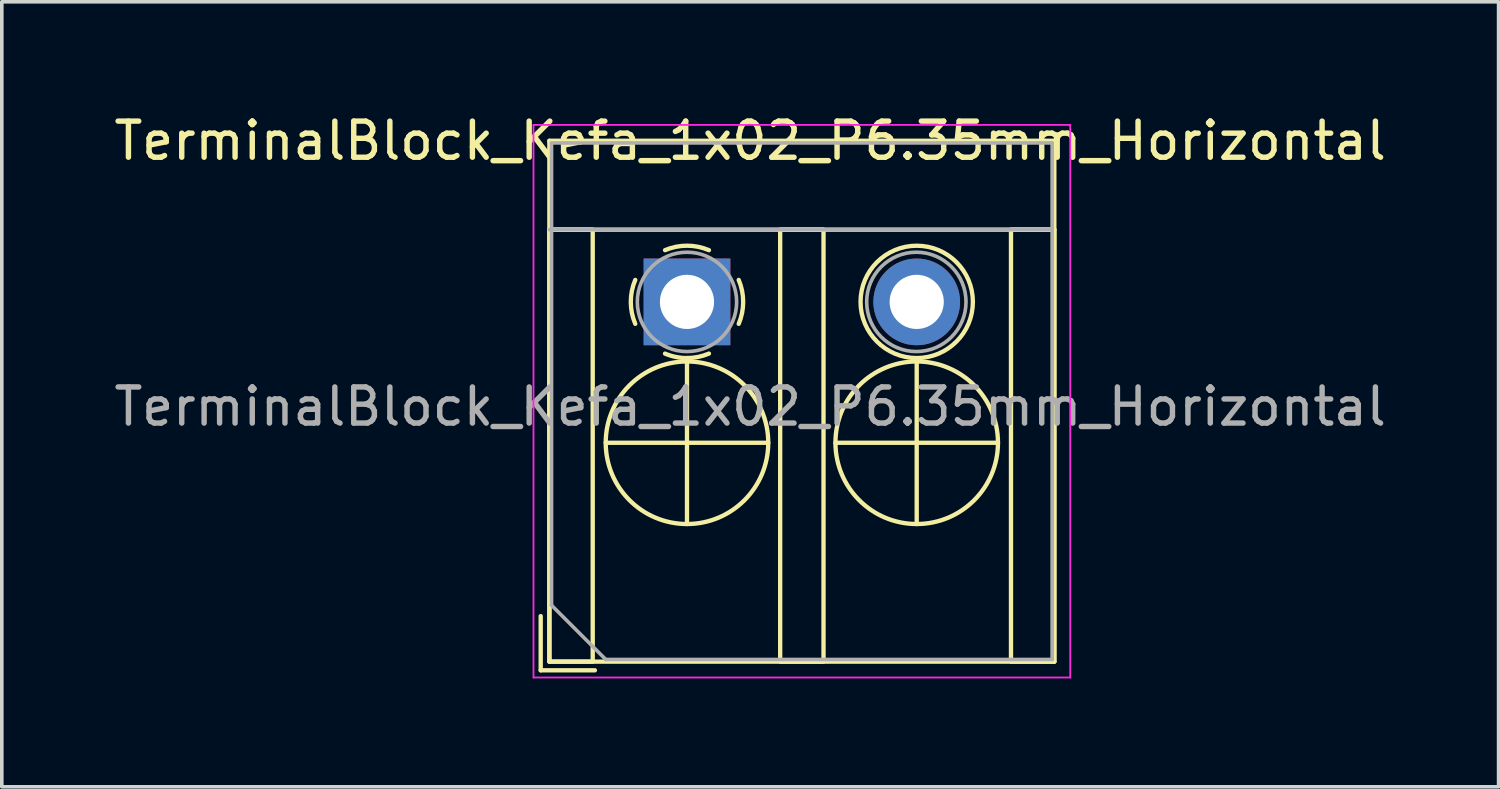
<source format=kicad_pcb>
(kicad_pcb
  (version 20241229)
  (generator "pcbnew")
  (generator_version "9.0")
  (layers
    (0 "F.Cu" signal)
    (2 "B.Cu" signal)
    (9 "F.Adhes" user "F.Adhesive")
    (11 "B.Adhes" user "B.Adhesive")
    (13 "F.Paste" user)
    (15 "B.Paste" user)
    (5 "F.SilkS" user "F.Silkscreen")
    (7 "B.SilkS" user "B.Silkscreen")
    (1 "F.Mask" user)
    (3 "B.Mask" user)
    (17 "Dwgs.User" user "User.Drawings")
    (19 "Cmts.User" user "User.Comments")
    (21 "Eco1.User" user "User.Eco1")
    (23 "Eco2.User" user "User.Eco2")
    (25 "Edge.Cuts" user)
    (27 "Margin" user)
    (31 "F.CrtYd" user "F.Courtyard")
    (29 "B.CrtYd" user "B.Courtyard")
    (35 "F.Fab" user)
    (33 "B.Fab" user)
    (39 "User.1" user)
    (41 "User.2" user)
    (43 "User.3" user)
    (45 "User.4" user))
  (footprint "TerminalBlock_Kefa_1x02_P6.35mm_Horizontal"
    (layer "F.Cu")
    (at 15.97 5.308)
    (property "Reference" "TerminalBlock_Kefa_1x02_P6.35mm_Horizontal" (at 1.75 -4.46 0) (layer "F.SilkS") (effects (font (size 1 1) (thickness 0.15))))
    (attr through_hole)
    (fp_line (start -4.05 8.7) (end -4.05 10.2) (stroke (width 0.12) (type solid)) (layer "F.SilkS"))
    (fp_line (start -4.05 10.2) (end -2.55 10.2) (stroke (width 0.12) (type solid)) (layer "F.SilkS"))
    (fp_line (start -3.81 -4.46) (end -3.81 9.96) (stroke (width 0.12) (type solid)) (layer "F.SilkS"))
    (fp_line (start -3.81 -4.46) (end 10.17 -4.46) (stroke (width 0.12) (type solid)) (layer "F.SilkS"))
    (fp_line (start -3.81 -2) (end 10.17 -2) (stroke (width 0.12) (type solid)) (layer "F.SilkS"))
    (fp_line (start -3.81 9.96) (end 10.17 9.96) (stroke (width 0.12) (type solid)) (layer "F.SilkS"))
    (fp_line (start -2.25 3.9) (end 2.25 3.9) (stroke (width 0.12) (type solid)) (layer "F.SilkS"))
    (fp_line (start 0 1.65) (end 0 6.15) (stroke (width 0.12) (type solid)) (layer "F.SilkS"))
    (fp_line (start 4.11 3.9) (end 8.61 3.9) (stroke (width 0.12) (type solid)) (layer "F.SilkS"))
    (fp_line (start 6.36 1.65) (end 6.36 6.15) (stroke (width 0.12) (type solid)) (layer "F.SilkS"))
    (fp_line (start 10.17 -4.46) (end 10.17 9.96) (stroke (width 0.12) (type solid)) (layer "F.SilkS"))
    (fp_rect (start -3.81 -2) (end -2.61 9.96) (stroke (width 0.12) (type solid)) (fill no) (layer "F.SilkS"))
    (fp_rect (start 2.58 -2) (end 3.78 9.96) (stroke (width 0.12) (type solid)) (fill no) (layer "F.SilkS"))
    (fp_rect (start 8.97 -2) (end 10.17 9.96) (stroke (width 0.12) (type solid)) (fill no) (layer "F.SilkS"))
    (fp_arc (start -1.432109 0.607742) (mid -1.555727 -0.00014) (end -1.432 -0.608) (stroke (width 0.12) (type solid)) (layer "F.SilkS"))
    (fp_arc (start -0.607742 -1.432109) (mid 0.00014 -1.555727) (end 0.608 -1.432) (stroke (width 0.12) (type solid)) (layer "F.SilkS"))
    (fp_arc (start 0.027011 1.555493) (mid -0.296984 1.527118) (end -0.608 1.432) (stroke (width 0.12) (type solid)) (layer "F.SilkS"))
    (fp_arc (start 0.607587 1.431385) (mid 0.310017 1.523783) (end 0 1.555) (stroke (width 0.12) (type solid)) (layer "F.SilkS"))
    (fp_arc (start 1.432109 -0.607742) (mid 1.555727 0.00014) (end 1.432 0.608) (stroke (width 0.12) (type solid)) (layer "F.SilkS"))
    (fp_circle (center 0 3.9) (end 2.25 3.9) (stroke (width 0.12) (type solid)) (fill no) (layer "F.SilkS"))
    (fp_circle (center 6.36 0) (end 7.915 0) (stroke (width 0.12) (type solid)) (fill no) (layer "F.SilkS"))
    (fp_circle (center 6.36 3.9) (end 8.61 3.9) (stroke (width 0.12) (type solid)) (fill no) (layer "F.SilkS"))
    (fp_line (start -4.25 -4.9) (end -4.25 10.4) (stroke (width 0.05) (type solid)) (layer "F.CrtYd"))
    (fp_line (start -4.25 10.4) (end 10.61 10.4) (stroke (width 0.05) (type solid)) (layer "F.CrtYd"))
    (fp_line (start 10.61 -4.9) (end -4.25 -4.9) (stroke (width 0.05) (type solid)) (layer "F.CrtYd"))
    (fp_line (start 10.61 10.4) (end 10.61 -4.9) (stroke (width 0.05) (type solid)) (layer "F.CrtYd"))
    (fp_line (start -3.81 -2) (end 10.11 -2) (stroke (width 0.1) (type solid)) (layer "F.Fab"))
    (fp_line (start -3.75 -4.4) (end 10.11 -4.4) (stroke (width 0.1) (type solid)) (layer "F.Fab"))
    (fp_line (start -3.75 8.4) (end -3.75 -4.4) (stroke (width 0.1) (type solid)) (layer "F.Fab"))
    (fp_line (start -2.25 9.9) (end -3.75 8.4) (stroke (width 0.1) (type solid)) (layer "F.Fab"))
    (fp_line (start 10.11 -4.4) (end 10.11 9.9) (stroke (width 0.1) (type solid)) (layer "F.Fab"))
    (fp_line (start 10.11 9.9) (end -2.25 9.9) (stroke (width 0.1) (type solid)) (layer "F.Fab"))
    (fp_circle (center 0 0) (end 1.375 0) (stroke (width 0.1) (type solid)) (fill no) (layer "F.Fab"))
    (fp_circle (center 6.35 0) (end 7.725 0) (stroke (width 0.1) (type solid)) (fill no) (layer "F.Fab"))
    (fp_text user "${REFERENCE}" (at 1.75 2.9 0) (layer "F.Fab") (effects (font (size 1 1) (thickness 0.15))))
    (pad "1" thru_hole rect (at 0 0) (size 2.4 2.4) (drill 1.5) (layers "*.Cu" "*.Mask"))
    (pad "2" thru_hole circle (at 6.36 0) (size 2.4 2.4) (drill 1.5) (layers "*.Cu" "*.Mask")))
  (gr_rect
    (start -3 -3)
    (end 38.44 18.733)
    (stroke (width 0.1) (type default))
    (fill no)
    (layer "Edge.Cuts")))
</source>
